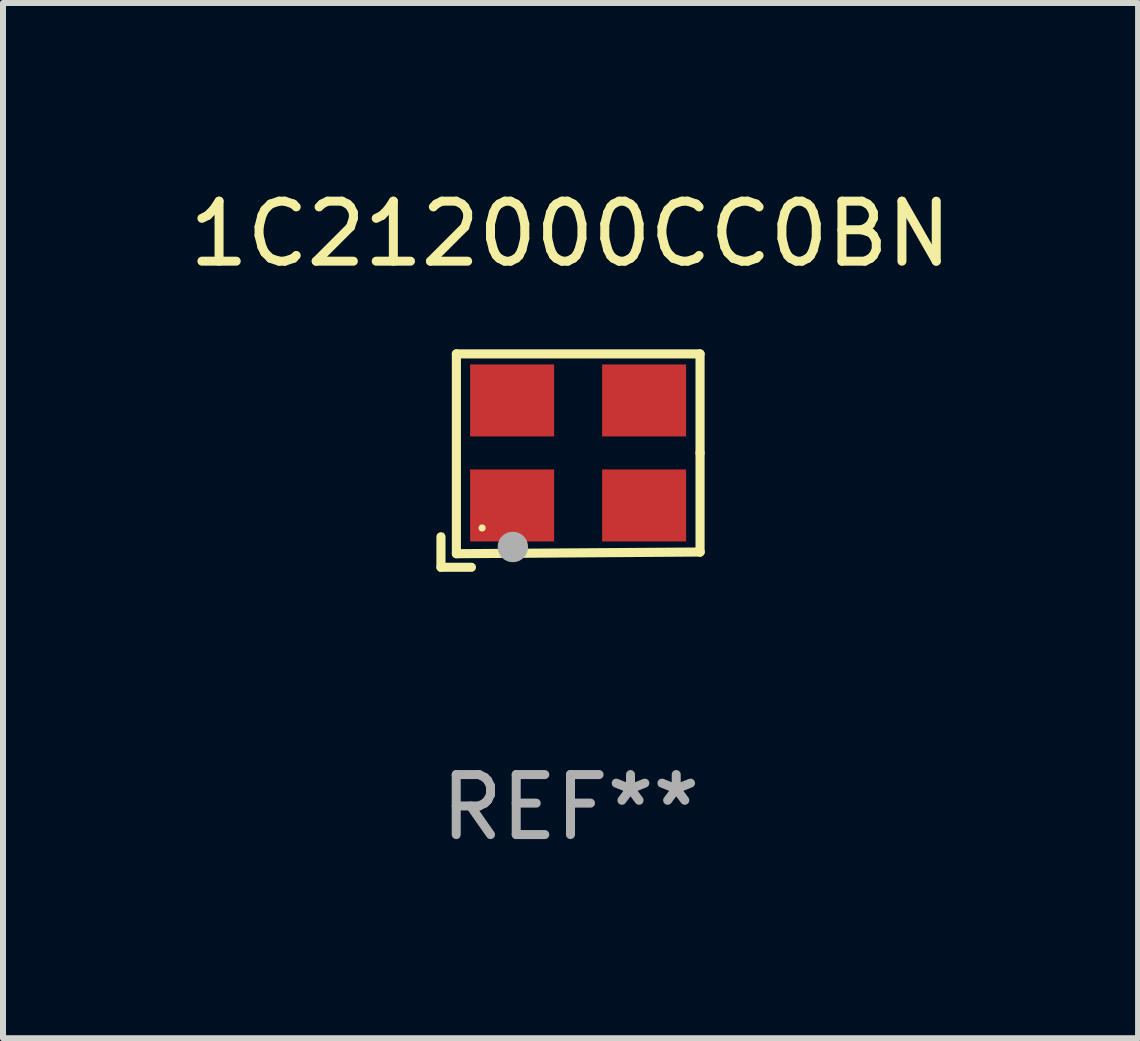
<source format=kicad_pcb>
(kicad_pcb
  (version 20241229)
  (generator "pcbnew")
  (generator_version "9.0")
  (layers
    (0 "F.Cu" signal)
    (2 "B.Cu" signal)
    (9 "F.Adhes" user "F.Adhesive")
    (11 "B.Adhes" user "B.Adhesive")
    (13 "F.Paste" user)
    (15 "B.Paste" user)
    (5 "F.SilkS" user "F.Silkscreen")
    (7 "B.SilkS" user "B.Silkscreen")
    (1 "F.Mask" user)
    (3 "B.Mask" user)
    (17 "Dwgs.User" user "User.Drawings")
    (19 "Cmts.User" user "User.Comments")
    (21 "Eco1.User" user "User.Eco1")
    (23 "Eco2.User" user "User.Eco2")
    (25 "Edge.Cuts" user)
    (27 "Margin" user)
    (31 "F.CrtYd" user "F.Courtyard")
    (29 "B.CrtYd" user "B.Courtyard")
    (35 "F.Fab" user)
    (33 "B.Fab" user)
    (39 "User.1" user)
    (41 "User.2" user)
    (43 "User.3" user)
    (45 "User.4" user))
  (footprint "1C212000CC0BN"
    (layer "F.Cu")
    (at 6.458 4.626)
    (property "Reference" "1C212000CC0BN" (at 0 -3.778 0) (layer "F.SilkS") (effects (font (size 1 1) (thickness 0.15))))
    (attr through_hole)
    (fp_line (start -2.159 1.27) (end -2.159 1.778) (stroke (width 0.152) (type solid)) (layer "F.SilkS"))
    (fp_line (start -2.159 1.778) (end -1.651 1.778) (stroke (width 0.152) (type solid)) (layer "F.SilkS"))
    (fp_line (start -1.902 -1.778) (end 2.159 -1.778) (stroke (width 0.152) (type solid)) (layer "F.SilkS"))
    (fp_line (start -1.902 1.552) (end -1.902 -1.778) (stroke (width 0.152) (type solid)) (layer "F.SilkS"))
    (fp_line (start 2.159 -1.778) (end 2.159 -0.127) (stroke (width 0.152) (type solid)) (layer "F.SilkS"))
    (fp_line (start 2.159 -0.127) (end 2.159 1.524) (stroke (width 0.152) (type solid)) (layer "F.SilkS"))
    (fp_line (start 2.159 1.524) (end -1.902 1.552) (stroke (width 0.152) (type solid)) (layer "F.SilkS"))
    (fp_line (start 2.159 1.524) (end 2.159 1.524) (stroke (width 0.152) (type solid)) (layer "F.SilkS"))
    (fp_circle (center -1.473 1.123) (end -1.443 1.123) (stroke (width 0.06) (type solid)) (fill no) (layer "F.SilkS"))
    (fp_circle (center -0.961 1.44) (end -0.834 1.44) (stroke (width 0.254) (type solid)) (fill no) (layer "F.Fab"))
    (fp_text user "REF**" (at 0 5.778 0) (layer "F.Fab") (effects (font (size 1 1) (thickness 0.15))))
    (pad "1" smd rect (at -0.973 0.748) (size 1.4 1.2) (layers "F.Cu" "F.Mask" "F.Paste"))
    (pad "2" smd rect (at 1.227 0.748) (size 1.4 1.2) (layers "F.Cu" "F.Mask" "F.Paste"))
    (pad "3" smd rect (at 1.227 -1.002) (size 1.4 1.2) (layers "F.Cu" "F.Mask" "F.Paste"))
    (pad "4" smd rect (at -0.973 -1.002) (size 1.4 1.2) (layers "F.Cu" "F.Mask" "F.Paste")))
  (gr_rect
    (start -3 -3)
    (end 15.917 14.253)
    (stroke (width 0.1) (type default))
    (fill no)
    (layer "Edge.Cuts")))
</source>
